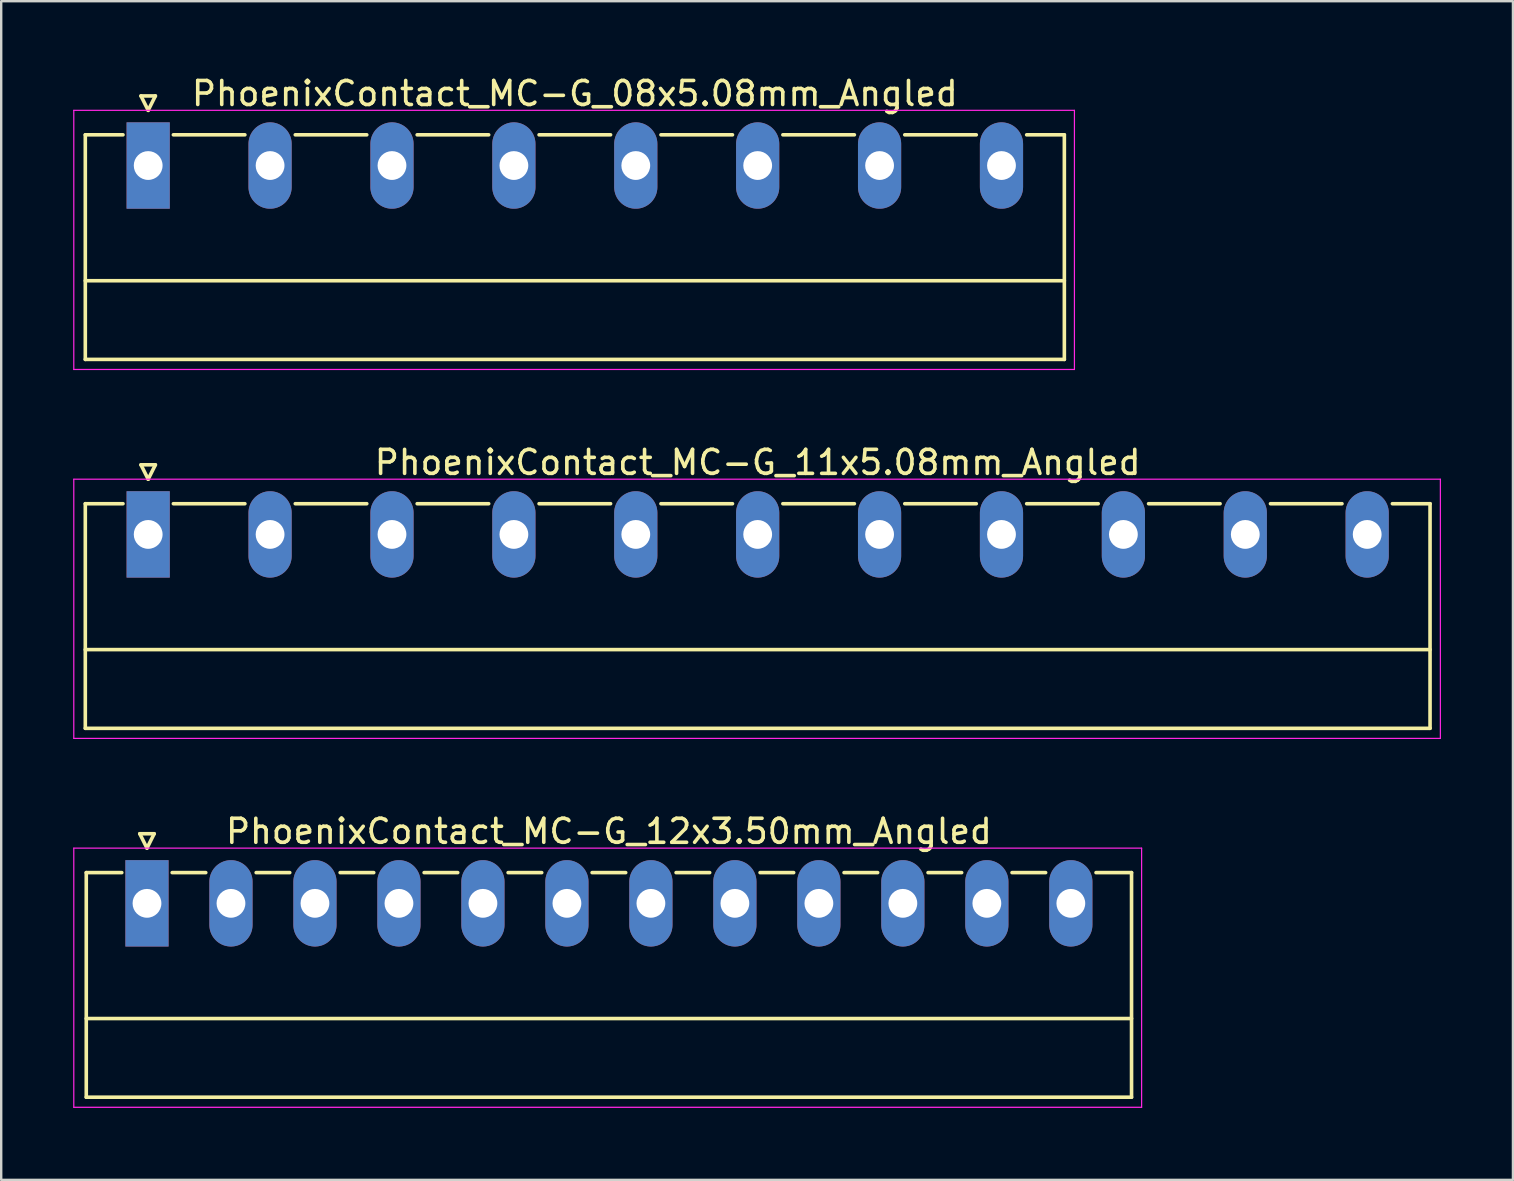
<source format=kicad_pcb>
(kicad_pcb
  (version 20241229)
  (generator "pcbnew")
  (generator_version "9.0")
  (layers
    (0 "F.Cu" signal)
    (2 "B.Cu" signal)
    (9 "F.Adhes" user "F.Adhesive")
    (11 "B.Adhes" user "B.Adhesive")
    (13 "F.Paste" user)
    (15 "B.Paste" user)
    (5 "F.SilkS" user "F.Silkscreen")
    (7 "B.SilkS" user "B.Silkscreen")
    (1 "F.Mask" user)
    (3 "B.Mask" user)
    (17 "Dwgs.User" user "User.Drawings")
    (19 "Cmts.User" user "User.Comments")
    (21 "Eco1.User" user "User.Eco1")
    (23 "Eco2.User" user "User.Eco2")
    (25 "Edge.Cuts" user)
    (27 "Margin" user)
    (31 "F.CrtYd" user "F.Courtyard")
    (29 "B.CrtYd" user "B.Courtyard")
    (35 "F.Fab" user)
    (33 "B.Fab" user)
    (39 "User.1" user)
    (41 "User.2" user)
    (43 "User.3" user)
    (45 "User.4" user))
  (footprint "PhoenixContact_MC-G_11x5.08mm_Angled"
    (layer "F.Cu")
    (at 3.125 19.221)
    (property "Reference" "PhoenixContact_MC-G_11x5.08mm_Angled" (at 25.4 -3 0) (layer "F.SilkS") (effects (font (size 1 1) (thickness 0.15))))
    (attr through_hole)
    (fp_line (start -2.62 -1.28) (end -2.62 8.08) (stroke (width 0.15) (type solid)) (layer "F.SilkS"))
    (fp_line (start -2.62 -1.28) (end -1.05 -1.28) (stroke (width 0.15) (type solid)) (layer "F.SilkS"))
    (fp_line (start -2.62 4.8) (end 53.42 4.8) (stroke (width 0.15) (type solid)) (layer "F.SilkS"))
    (fp_line (start -2.62 8.08) (end 53.42 8.08) (stroke (width 0.15) (type solid)) (layer "F.SilkS"))
    (fp_line (start -0.3 -2.9) (end 0 -2.3) (stroke (width 0.15) (type solid)) (layer "F.SilkS"))
    (fp_line (start 0 -2.3) (end 0.3 -2.9) (stroke (width 0.15) (type solid)) (layer "F.SilkS"))
    (fp_line (start 0.3 -2.9) (end -0.3 -2.9) (stroke (width 0.15) (type solid)) (layer "F.SilkS"))
    (fp_line (start 1.05 -1.28) (end 4.03 -1.28) (stroke (width 0.15) (type solid)) (layer "F.SilkS"))
    (fp_line (start 6.13 -1.28) (end 9.11 -1.28) (stroke (width 0.15) (type solid)) (layer "F.SilkS"))
    (fp_line (start 11.21 -1.28) (end 14.19 -1.28) (stroke (width 0.15) (type solid)) (layer "F.SilkS"))
    (fp_line (start 16.29 -1.28) (end 19.27 -1.28) (stroke (width 0.15) (type solid)) (layer "F.SilkS"))
    (fp_line (start 21.37 -1.28) (end 24.35 -1.28) (stroke (width 0.15) (type solid)) (layer "F.SilkS"))
    (fp_line (start 26.45 -1.28) (end 29.43 -1.28) (stroke (width 0.15) (type solid)) (layer "F.SilkS"))
    (fp_line (start 31.53 -1.28) (end 34.51 -1.28) (stroke (width 0.15) (type solid)) (layer "F.SilkS"))
    (fp_line (start 36.61 -1.28) (end 39.59 -1.28) (stroke (width 0.15) (type solid)) (layer "F.SilkS"))
    (fp_line (start 41.69 -1.28) (end 44.67 -1.28) (stroke (width 0.15) (type solid)) (layer "F.SilkS"))
    (fp_line (start 46.77 -1.28) (end 49.75 -1.28) (stroke (width 0.15) (type solid)) (layer "F.SilkS"))
    (fp_line (start 53.42 -1.28) (end 51.85 -1.28) (stroke (width 0.15) (type solid)) (layer "F.SilkS"))
    (fp_line (start 53.42 8.08) (end 53.42 -1.28) (stroke (width 0.15) (type solid)) (layer "F.SilkS"))
    (fp_line (start -3.1 -2.3) (end -3.1 8.5) (stroke (width 0.05) (type solid)) (layer "F.CrtYd"))
    (fp_line (start -3.1 8.5) (end 53.85 8.5) (stroke (width 0.05) (type solid)) (layer "F.CrtYd"))
    (fp_line (start 53.85 -2.3) (end -3.1 -2.3) (stroke (width 0.05) (type solid)) (layer "F.CrtYd"))
    (fp_line (start 53.85 8.5) (end 53.85 -2.3) (stroke (width 0.05) (type solid)) (layer "F.CrtYd"))
    (pad "1" thru_hole rect (at 0 0) (size 1.8 3.6) (drill 1.2) (layers "*.Cu" "*.Mask"))
    (pad "2" thru_hole oval (at 5.08 0) (size 1.8 3.6) (drill 1.2) (layers "*.Cu" "*.Mask"))
    (pad "3" thru_hole oval (at 10.16 0) (size 1.8 3.6) (drill 1.2) (layers "*.Cu" "*.Mask"))
    (pad "4" thru_hole oval (at 15.24 0) (size 1.8 3.6) (drill 1.2) (layers "*.Cu" "*.Mask"))
    (pad "5" thru_hole oval (at 20.32 0) (size 1.8 3.6) (drill 1.2) (layers "*.Cu" "*.Mask"))
    (pad "6" thru_hole oval (at 25.4 0) (size 1.8 3.6) (drill 1.2) (layers "*.Cu" "*.Mask"))
    (pad "7" thru_hole oval (at 30.48 0) (size 1.8 3.6) (drill 1.2) (layers "*.Cu" "*.Mask"))
    (pad "8" thru_hole oval (at 35.56 0) (size 1.8 3.6) (drill 1.2) (layers "*.Cu" "*.Mask"))
    (pad "9" thru_hole oval (at 40.64 0) (size 1.8 3.6) (drill 1.2) (layers "*.Cu" "*.Mask"))
    (pad "10" thru_hole oval (at 45.72 0) (size 1.8 3.6) (drill 1.2) (layers "*.Cu" "*.Mask"))
    (pad "11" thru_hole oval (at 50.8 0) (size 1.8 3.6) (drill 1.2) (layers "*.Cu" "*.Mask")))
  (footprint "PhoenixContact_MC-G_08x5.08mm_Angled"
    (layer "F.Cu")
    (at 3.125 3.848)
    (property "Reference" "PhoenixContact_MC-G_08x5.08mm_Angled" (at 17.78 -3 0) (layer "F.SilkS") (effects (font (size 1 1) (thickness 0.15))))
    (attr through_hole)
    (fp_line (start -2.62 -1.28) (end -2.62 8.08) (stroke (width 0.15) (type solid)) (layer "F.SilkS"))
    (fp_line (start -2.62 -1.28) (end -1.05 -1.28) (stroke (width 0.15) (type solid)) (layer "F.SilkS"))
    (fp_line (start -2.62 4.8) (end 38.18 4.8) (stroke (width 0.15) (type solid)) (layer "F.SilkS"))
    (fp_line (start -2.62 8.08) (end 38.18 8.08) (stroke (width 0.15) (type solid)) (layer "F.SilkS"))
    (fp_line (start -0.3 -2.9) (end 0 -2.3) (stroke (width 0.15) (type solid)) (layer "F.SilkS"))
    (fp_line (start 0 -2.3) (end 0.3 -2.9) (stroke (width 0.15) (type solid)) (layer "F.SilkS"))
    (fp_line (start 0.3 -2.9) (end -0.3 -2.9) (stroke (width 0.15) (type solid)) (layer "F.SilkS"))
    (fp_line (start 1.05 -1.28) (end 4.03 -1.28) (stroke (width 0.15) (type solid)) (layer "F.SilkS"))
    (fp_line (start 6.13 -1.28) (end 9.11 -1.28) (stroke (width 0.15) (type solid)) (layer "F.SilkS"))
    (fp_line (start 11.21 -1.28) (end 14.19 -1.28) (stroke (width 0.15) (type solid)) (layer "F.SilkS"))
    (fp_line (start 16.29 -1.28) (end 19.27 -1.28) (stroke (width 0.15) (type solid)) (layer "F.SilkS"))
    (fp_line (start 21.37 -1.28) (end 24.35 -1.28) (stroke (width 0.15) (type solid)) (layer "F.SilkS"))
    (fp_line (start 26.45 -1.28) (end 29.43 -1.28) (stroke (width 0.15) (type solid)) (layer "F.SilkS"))
    (fp_line (start 31.53 -1.28) (end 34.51 -1.28) (stroke (width 0.15) (type solid)) (layer "F.SilkS"))
    (fp_line (start 38.18 -1.28) (end 36.61 -1.28) (stroke (width 0.15) (type solid)) (layer "F.SilkS"))
    (fp_line (start 38.18 8.08) (end 38.18 -1.28) (stroke (width 0.15) (type solid)) (layer "F.SilkS"))
    (fp_line (start -3.1 -2.3) (end -3.1 8.5) (stroke (width 0.05) (type solid)) (layer "F.CrtYd"))
    (fp_line (start -3.1 8.5) (end 38.6 8.5) (stroke (width 0.05) (type solid)) (layer "F.CrtYd"))
    (fp_line (start 38.6 -2.3) (end -3.1 -2.3) (stroke (width 0.05) (type solid)) (layer "F.CrtYd"))
    (fp_line (start 38.6 8.5) (end 38.6 -2.3) (stroke (width 0.05) (type solid)) (layer "F.CrtYd"))
    (pad "1" thru_hole rect (at 0 0) (size 1.8 3.6) (drill 1.2) (layers "*.Cu" "*.Mask"))
    (pad "2" thru_hole oval (at 5.08 0) (size 1.8 3.6) (drill 1.2) (layers "*.Cu" "*.Mask"))
    (pad "3" thru_hole oval (at 10.16 0) (size 1.8 3.6) (drill 1.2) (layers "*.Cu" "*.Mask"))
    (pad "4" thru_hole oval (at 15.24 0) (size 1.8 3.6) (drill 1.2) (layers "*.Cu" "*.Mask"))
    (pad "5" thru_hole oval (at 20.32 0) (size 1.8 3.6) (drill 1.2) (layers "*.Cu" "*.Mask"))
    (pad "6" thru_hole oval (at 25.4 0) (size 1.8 3.6) (drill 1.2) (layers "*.Cu" "*.Mask"))
    (pad "7" thru_hole oval (at 30.48 0) (size 1.8 3.6) (drill 1.2) (layers "*.Cu" "*.Mask"))
    (pad "8" thru_hole oval (at 35.56 0) (size 1.8 3.6) (drill 1.2) (layers "*.Cu" "*.Mask")))
  (footprint "PhoenixContact_MC-G_12x3.50mm_Angled"
    (layer "F.Cu")
    (at 3.075 34.595)
    (property "Reference" "PhoenixContact_MC-G_12x3.50mm_Angled" (at 19.25 -3 0) (layer "F.SilkS") (effects (font (size 1 1) (thickness 0.15))))
    (attr through_hole)
    (fp_line (start -2.53 -1.28) (end -2.53 8.08) (stroke (width 0.15) (type solid)) (layer "F.SilkS"))
    (fp_line (start -2.53 -1.28) (end -1.05 -1.28) (stroke (width 0.15) (type solid)) (layer "F.SilkS"))
    (fp_line (start -2.53 4.8) (end 41.03 4.8) (stroke (width 0.15) (type solid)) (layer "F.SilkS"))
    (fp_line (start -2.53 8.08) (end 41.03 8.08) (stroke (width 0.15) (type solid)) (layer "F.SilkS"))
    (fp_line (start -0.3 -2.9) (end 0 -2.3) (stroke (width 0.15) (type solid)) (layer "F.SilkS"))
    (fp_line (start 0 -2.3) (end 0.3 -2.9) (stroke (width 0.15) (type solid)) (layer "F.SilkS"))
    (fp_line (start 0.3 -2.9) (end -0.3 -2.9) (stroke (width 0.15) (type solid)) (layer "F.SilkS"))
    (fp_line (start 1.05 -1.28) (end 2.45 -1.28) (stroke (width 0.15) (type solid)) (layer "F.SilkS"))
    (fp_line (start 4.55 -1.28) (end 5.95 -1.28) (stroke (width 0.15) (type solid)) (layer "F.SilkS"))
    (fp_line (start 8.05 -1.28) (end 9.45 -1.28) (stroke (width 0.15) (type solid)) (layer "F.SilkS"))
    (fp_line (start 11.55 -1.28) (end 12.95 -1.28) (stroke (width 0.15) (type solid)) (layer "F.SilkS"))
    (fp_line (start 15.05 -1.28) (end 16.45 -1.28) (stroke (width 0.15) (type solid)) (layer "F.SilkS"))
    (fp_line (start 18.55 -1.28) (end 19.95 -1.28) (stroke (width 0.15) (type solid)) (layer "F.SilkS"))
    (fp_line (start 22.05 -1.28) (end 23.45 -1.28) (stroke (width 0.15) (type solid)) (layer "F.SilkS"))
    (fp_line (start 25.55 -1.28) (end 26.95 -1.28) (stroke (width 0.15) (type solid)) (layer "F.SilkS"))
    (fp_line (start 29.05 -1.28) (end 30.45 -1.28) (stroke (width 0.15) (type solid)) (layer "F.SilkS"))
    (fp_line (start 32.55 -1.28) (end 33.95 -1.28) (stroke (width 0.15) (type solid)) (layer "F.SilkS"))
    (fp_line (start 36.05 -1.28) (end 37.45 -1.28) (stroke (width 0.15) (type solid)) (layer "F.SilkS"))
    (fp_line (start 41.03 -1.28) (end 39.55 -1.28) (stroke (width 0.15) (type solid)) (layer "F.SilkS"))
    (fp_line (start 41.03 8.08) (end 41.03 -1.28) (stroke (width 0.15) (type solid)) (layer "F.SilkS"))
    (fp_line (start -3.05 -2.3) (end -3.05 8.5) (stroke (width 0.05) (type solid)) (layer "F.CrtYd"))
    (fp_line (start -3.05 8.5) (end 41.45 8.5) (stroke (width 0.05) (type solid)) (layer "F.CrtYd"))
    (fp_line (start 41.45 -2.3) (end -3.05 -2.3) (stroke (width 0.05) (type solid)) (layer "F.CrtYd"))
    (fp_line (start 41.45 8.5) (end 41.45 -2.3) (stroke (width 0.05) (type solid)) (layer "F.CrtYd"))
    (pad "1" thru_hole rect (at 0 0) (size 1.8 3.6) (drill 1.2) (layers "*.Cu" "*.Mask"))
    (pad "2" thru_hole oval (at 3.5 0) (size 1.8 3.6) (drill 1.2) (layers "*.Cu" "*.Mask"))
    (pad "3" thru_hole oval (at 7 0) (size 1.8 3.6) (drill 1.2) (layers "*.Cu" "*.Mask"))
    (pad "4" thru_hole oval (at 10.5 0) (size 1.8 3.6) (drill 1.2) (layers "*.Cu" "*.Mask"))
    (pad "5" thru_hole oval (at 14 0) (size 1.8 3.6) (drill 1.2) (layers "*.Cu" "*.Mask"))
    (pad "6" thru_hole oval (at 17.5 0) (size 1.8 3.6) (drill 1.2) (layers "*.Cu" "*.Mask"))
    (pad "7" thru_hole oval (at 21 0) (size 1.8 3.6) (drill 1.2) (layers "*.Cu" "*.Mask"))
    (pad "8" thru_hole oval (at 24.5 0) (size 1.8 3.6) (drill 1.2) (layers "*.Cu" "*.Mask"))
    (pad "9" thru_hole oval (at 28 0) (size 1.8 3.6) (drill 1.2) (layers "*.Cu" "*.Mask"))
    (pad "10" thru_hole oval (at 31.5 0) (size 1.8 3.6) (drill 1.2) (layers "*.Cu" "*.Mask"))
    (pad "11" thru_hole oval (at 35 0) (size 1.8 3.6) (drill 1.2) (layers "*.Cu" "*.Mask"))
    (pad "12" thru_hole oval (at 38.5 0) (size 1.8 3.6) (drill 1.2) (layers "*.Cu" "*.Mask")))
  (gr_rect
    (start -3 -3)
    (end 60 46.12)
    (stroke (width 0.1) (type default))
    (fill no)
    (layer "Edge.Cuts")))
</source>
